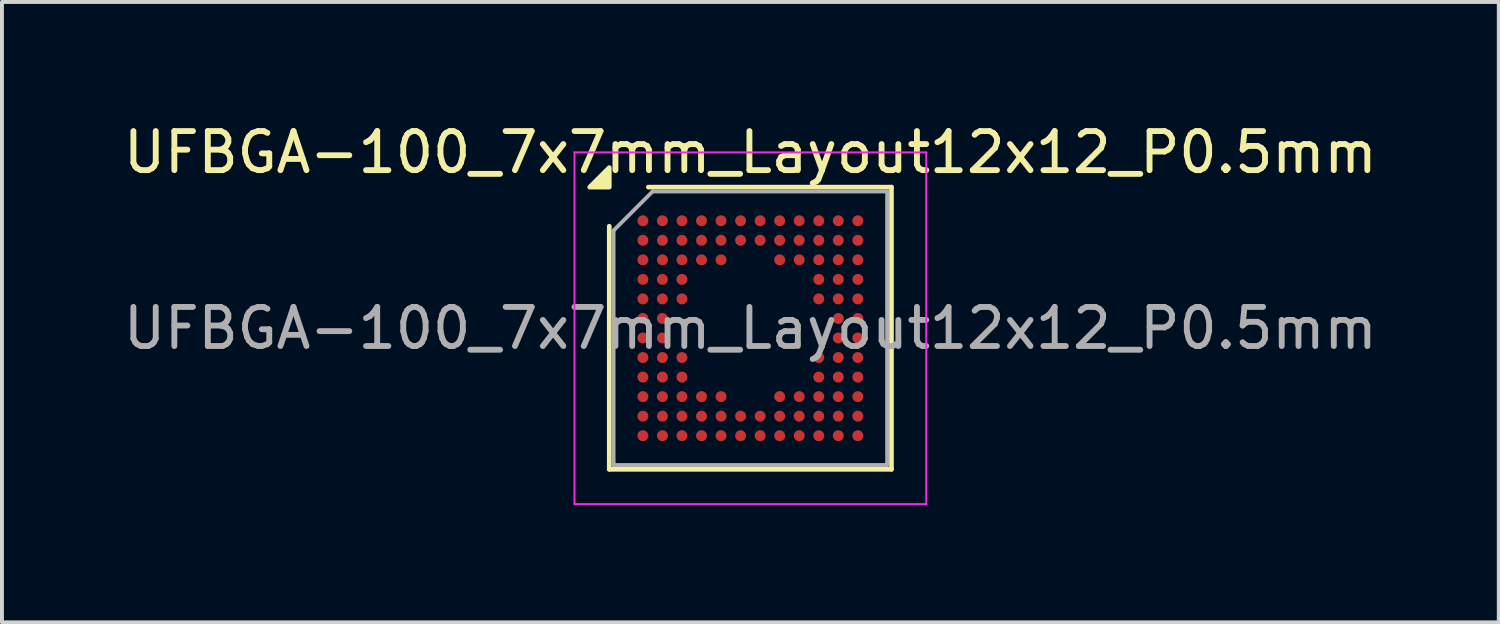
<source format=kicad_pcb>
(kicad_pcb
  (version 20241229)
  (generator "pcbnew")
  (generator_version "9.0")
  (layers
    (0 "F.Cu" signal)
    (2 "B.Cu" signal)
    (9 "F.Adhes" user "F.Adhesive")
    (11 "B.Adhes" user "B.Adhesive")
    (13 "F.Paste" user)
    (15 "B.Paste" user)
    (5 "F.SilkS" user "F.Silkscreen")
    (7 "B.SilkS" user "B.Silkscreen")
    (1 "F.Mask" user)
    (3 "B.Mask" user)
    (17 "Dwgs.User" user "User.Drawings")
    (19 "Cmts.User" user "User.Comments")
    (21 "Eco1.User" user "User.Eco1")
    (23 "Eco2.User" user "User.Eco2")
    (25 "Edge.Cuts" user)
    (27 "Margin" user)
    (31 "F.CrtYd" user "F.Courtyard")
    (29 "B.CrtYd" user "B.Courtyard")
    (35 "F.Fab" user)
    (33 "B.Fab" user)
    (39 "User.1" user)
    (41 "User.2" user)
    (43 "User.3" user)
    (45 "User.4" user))
  (footprint "UFBGA-100_7x7mm_Layout12x12_P0.5mm"
    (layer "F.Cu")
    (at 16.149 5.348)
    (property "Reference" "UFBGA-100_7x7mm_Layout12x12_P0.5mm" (at 0 -4.5 0) (layer "F.SilkS") (effects (font (size 1 1) (thickness 0.15))))
    (attr smd)
    (fp_line (start -3.61 3.61) (end -3.61 -2.61) (stroke (width 0.12) (type solid)) (layer "F.SilkS"))
    (fp_line (start -2.61 -3.61) (end 3.61 -3.61) (stroke (width 0.12) (type solid)) (layer "F.SilkS"))
    (fp_line (start 3.61 -3.61) (end 3.61 3.61) (stroke (width 0.12) (type solid)) (layer "F.SilkS"))
    (fp_line (start 3.61 3.61) (end -3.61 3.61) (stroke (width 0.12) (type solid)) (layer "F.SilkS"))
    (fp_poly (pts (xy -3.61 -3.61) (xy -4.11 -3.61) (xy -3.61 -4.11)) (stroke (width 0.12) (type solid)) (fill yes) (layer "F.SilkS"))
    (fp_line (start -4.5 -4.5) (end -4.5 4.5) (stroke (width 0.05) (type solid)) (layer "F.CrtYd"))
    (fp_line (start -4.5 4.5) (end 4.5 4.5) (stroke (width 0.05) (type solid)) (layer "F.CrtYd"))
    (fp_line (start 4.5 -4.5) (end -4.5 -4.5) (stroke (width 0.05) (type solid)) (layer "F.CrtYd"))
    (fp_line (start 4.5 4.5) (end 4.5 -4.5) (stroke (width 0.05) (type solid)) (layer "F.CrtYd"))
    (fp_line (start -3.5 -2.5) (end -2.5 -3.5) (stroke (width 0.1) (type solid)) (layer "F.Fab"))
    (fp_line (start -3.5 3.5) (end -3.5 -2.5) (stroke (width 0.1) (type solid)) (layer "F.Fab"))
    (fp_line (start -2.5 -3.5) (end 3.5 -3.5) (stroke (width 0.1) (type solid)) (layer "F.Fab"))
    (fp_line (start 3.5 -3.5) (end 3.5 3.5) (stroke (width 0.1) (type solid)) (layer "F.Fab"))
    (fp_line (start 3.5 3.5) (end -3.5 3.5) (stroke (width 0.1) (type solid)) (layer "F.Fab"))
    (fp_text user "${REFERENCE}" (at 0 0 0) (layer "F.Fab") (effects (font (size 1 1) (thickness 0.15))))
    (pad "A1" smd circle (at -2.75 -2.75) (size 0.28 0.28) (property pad_prop_bga) (layers "F.Cu" "F.Mask" "F.Paste"))
    (pad "A2" smd circle (at -2.25 -2.75) (size 0.28 0.28) (property pad_prop_bga) (layers "F.Cu" "F.Mask" "F.Paste"))
    (pad "A3" smd circle (at -1.75 -2.75) (size 0.28 0.28) (property pad_prop_bga) (layers "F.Cu" "F.Mask" "F.Paste"))
    (pad "A4" smd circle (at -1.25 -2.75) (size 0.28 0.28) (property pad_prop_bga) (layers "F.Cu" "F.Mask" "F.Paste"))
    (pad "A5" smd circle (at -0.75 -2.75) (size 0.28 0.28) (property pad_prop_bga) (layers "F.Cu" "F.Mask" "F.Paste"))
    (pad "A6" smd circle (at -0.25 -2.75) (size 0.28 0.28) (property pad_prop_bga) (layers "F.Cu" "F.Mask" "F.Paste"))
    (pad "A7" smd circle (at 0.25 -2.75) (size 0.28 0.28) (property pad_prop_bga) (layers "F.Cu" "F.Mask" "F.Paste"))
    (pad "A8" smd circle (at 0.75 -2.75) (size 0.28 0.28) (property pad_prop_bga) (layers "F.Cu" "F.Mask" "F.Paste"))
    (pad "A9" smd circle (at 1.25 -2.75) (size 0.28 0.28) (property pad_prop_bga) (layers "F.Cu" "F.Mask" "F.Paste"))
    (pad "A10" smd circle (at 1.75 -2.75) (size 0.28 0.28) (property pad_prop_bga) (layers "F.Cu" "F.Mask" "F.Paste"))
    (pad "A11" smd circle (at 2.25 -2.75) (size 0.28 0.28) (property pad_prop_bga) (layers "F.Cu" "F.Mask" "F.Paste"))
    (pad "A12" smd circle (at 2.75 -2.75) (size 0.28 0.28) (property pad_prop_bga) (layers "F.Cu" "F.Mask" "F.Paste"))
    (pad "B1" smd circle (at -2.75 -2.25) (size 0.28 0.28) (property pad_prop_bga) (layers "F.Cu" "F.Mask" "F.Paste"))
    (pad "B2" smd circle (at -2.25 -2.25) (size 0.28 0.28) (property pad_prop_bga) (layers "F.Cu" "F.Mask" "F.Paste"))
    (pad "B3" smd circle (at -1.75 -2.25) (size 0.28 0.28) (property pad_prop_bga) (layers "F.Cu" "F.Mask" "F.Paste"))
    (pad "B4" smd circle (at -1.25 -2.25) (size 0.28 0.28) (property pad_prop_bga) (layers "F.Cu" "F.Mask" "F.Paste"))
    (pad "B5" smd circle (at -0.75 -2.25) (size 0.28 0.28) (property pad_prop_bga) (layers "F.Cu" "F.Mask" "F.Paste"))
    (pad "B6" smd circle (at -0.25 -2.25) (size 0.28 0.28) (property pad_prop_bga) (layers "F.Cu" "F.Mask" "F.Paste"))
    (pad "B7" smd circle (at 0.25 -2.25) (size 0.28 0.28) (property pad_prop_bga) (layers "F.Cu" "F.Mask" "F.Paste"))
    (pad "B8" smd circle (at 0.75 -2.25) (size 0.28 0.28) (property pad_prop_bga) (layers "F.Cu" "F.Mask" "F.Paste"))
    (pad "B9" smd circle (at 1.25 -2.25) (size 0.28 0.28) (property pad_prop_bga) (layers "F.Cu" "F.Mask" "F.Paste"))
    (pad "B10" smd circle (at 1.75 -2.25) (size 0.28 0.28) (property pad_prop_bga) (layers "F.Cu" "F.Mask" "F.Paste"))
    (pad "B11" smd circle (at 2.25 -2.25) (size 0.28 0.28) (property pad_prop_bga) (layers "F.Cu" "F.Mask" "F.Paste"))
    (pad "B12" smd circle (at 2.75 -2.25) (size 0.28 0.28) (property pad_prop_bga) (layers "F.Cu" "F.Mask" "F.Paste"))
    (pad "C1" smd circle (at -2.75 -1.75) (size 0.28 0.28) (property pad_prop_bga) (layers "F.Cu" "F.Mask" "F.Paste"))
    (pad "C2" smd circle (at -2.25 -1.75) (size 0.28 0.28) (property pad_prop_bga) (layers "F.Cu" "F.Mask" "F.Paste"))
    (pad "C3" smd circle (at -1.75 -1.75) (size 0.28 0.28) (property pad_prop_bga) (layers "F.Cu" "F.Mask" "F.Paste"))
    (pad "C4" smd circle (at -1.25 -1.75) (size 0.28 0.28) (property pad_prop_bga) (layers "F.Cu" "F.Mask" "F.Paste"))
    (pad "C5" smd circle (at -0.75 -1.75) (size 0.28 0.28) (property pad_prop_bga) (layers "F.Cu" "F.Mask" "F.Paste"))
    (pad "C8" smd circle (at 0.75 -1.75) (size 0.28 0.28) (property pad_prop_bga) (layers "F.Cu" "F.Mask" "F.Paste"))
    (pad "C9" smd circle (at 1.25 -1.75) (size 0.28 0.28) (property pad_prop_bga) (layers "F.Cu" "F.Mask" "F.Paste"))
    (pad "C10" smd circle (at 1.75 -1.75) (size 0.28 0.28) (property pad_prop_bga) (layers "F.Cu" "F.Mask" "F.Paste"))
    (pad "C11" smd circle (at 2.25 -1.75) (size 0.28 0.28) (property pad_prop_bga) (layers "F.Cu" "F.Mask" "F.Paste"))
    (pad "C12" smd circle (at 2.75 -1.75) (size 0.28 0.28) (property pad_prop_bga) (layers "F.Cu" "F.Mask" "F.Paste"))
    (pad "D1" smd circle (at -2.75 -1.25) (size 0.28 0.28) (property pad_prop_bga) (layers "F.Cu" "F.Mask" "F.Paste"))
    (pad "D2" smd circle (at -2.25 -1.25) (size 0.28 0.28) (property pad_prop_bga) (layers "F.Cu" "F.Mask" "F.Paste"))
    (pad "D3" smd circle (at -1.75 -1.25) (size 0.28 0.28) (property pad_prop_bga) (layers "F.Cu" "F.Mask" "F.Paste"))
    (pad "D10" smd circle (at 1.75 -1.25) (size 0.28 0.28) (property pad_prop_bga) (layers "F.Cu" "F.Mask" "F.Paste"))
    (pad "D11" smd circle (at 2.25 -1.25) (size 0.28 0.28) (property pad_prop_bga) (layers "F.Cu" "F.Mask" "F.Paste"))
    (pad "D12" smd circle (at 2.75 -1.25) (size 0.28 0.28) (property pad_prop_bga) (layers "F.Cu" "F.Mask" "F.Paste"))
    (pad "E1" smd circle (at -2.75 -0.75) (size 0.28 0.28) (property pad_prop_bga) (layers "F.Cu" "F.Mask" "F.Paste"))
    (pad "E2" smd circle (at -2.25 -0.75) (size 0.28 0.28) (property pad_prop_bga) (layers "F.Cu" "F.Mask" "F.Paste"))
    (pad "E3" smd circle (at -1.75 -0.75) (size 0.28 0.28) (property pad_prop_bga) (layers "F.Cu" "F.Mask" "F.Paste"))
    (pad "E10" smd circle (at 1.75 -0.75) (size 0.28 0.28) (property pad_prop_bga) (layers "F.Cu" "F.Mask" "F.Paste"))
    (pad "E11" smd circle (at 2.25 -0.75) (size 0.28 0.28) (property pad_prop_bga) (layers "F.Cu" "F.Mask" "F.Paste"))
    (pad "E12" smd circle (at 2.75 -0.75) (size 0.28 0.28) (property pad_prop_bga) (layers "F.Cu" "F.Mask" "F.Paste"))
    (pad "F1" smd circle (at -2.75 -0.25) (size 0.28 0.28) (property pad_prop_bga) (layers "F.Cu" "F.Mask" "F.Paste"))
    (pad "F2" smd circle (at -2.25 -0.25) (size 0.28 0.28) (property pad_prop_bga) (layers "F.Cu" "F.Mask" "F.Paste"))
    (pad "F11" smd circle (at 2.25 -0.25) (size 0.28 0.28) (property pad_prop_bga) (layers "F.Cu" "F.Mask" "F.Paste"))
    (pad "F12" smd circle (at 2.75 -0.25) (size 0.28 0.28) (property pad_prop_bga) (layers "F.Cu" "F.Mask" "F.Paste"))
    (pad "G1" smd circle (at -2.75 0.25) (size 0.28 0.28) (property pad_prop_bga) (layers "F.Cu" "F.Mask" "F.Paste"))
    (pad "G2" smd circle (at -2.25 0.25) (size 0.28 0.28) (property pad_prop_bga) (layers "F.Cu" "F.Mask" "F.Paste"))
    (pad "G11" smd circle (at 2.25 0.25) (size 0.28 0.28) (property pad_prop_bga) (layers "F.Cu" "F.Mask" "F.Paste"))
    (pad "G12" smd circle (at 2.75 0.25) (size 0.28 0.28) (property pad_prop_bga) (layers "F.Cu" "F.Mask" "F.Paste"))
    (pad "H1" smd circle (at -2.75 0.75) (size 0.28 0.28) (property pad_prop_bga) (layers "F.Cu" "F.Mask" "F.Paste"))
    (pad "H2" smd circle (at -2.25 0.75) (size 0.28 0.28) (property pad_prop_bga) (layers "F.Cu" "F.Mask" "F.Paste"))
    (pad "H3" smd circle (at -1.75 0.75) (size 0.28 0.28) (property pad_prop_bga) (layers "F.Cu" "F.Mask" "F.Paste"))
    (pad "H10" smd circle (at 1.75 0.75) (size 0.28 0.28) (property pad_prop_bga) (layers "F.Cu" "F.Mask" "F.Paste"))
    (pad "H11" smd circle (at 2.25 0.75) (size 0.28 0.28) (property pad_prop_bga) (layers "F.Cu" "F.Mask" "F.Paste"))
    (pad "H12" smd circle (at 2.75 0.75) (size 0.28 0.28) (property pad_prop_bga) (layers "F.Cu" "F.Mask" "F.Paste"))
    (pad "J1" smd circle (at -2.75 1.25) (size 0.28 0.28) (property pad_prop_bga) (layers "F.Cu" "F.Mask" "F.Paste"))
    (pad "J2" smd circle (at -2.25 1.25) (size 0.28 0.28) (property pad_prop_bga) (layers "F.Cu" "F.Mask" "F.Paste"))
    (pad "J3" smd circle (at -1.75 1.25) (size 0.28 0.28) (property pad_prop_bga) (layers "F.Cu" "F.Mask" "F.Paste"))
    (pad "J10" smd circle (at 1.75 1.25) (size 0.28 0.28) (property pad_prop_bga) (layers "F.Cu" "F.Mask" "F.Paste"))
    (pad "J11" smd circle (at 2.25 1.25) (size 0.28 0.28) (property pad_prop_bga) (layers "F.Cu" "F.Mask" "F.Paste"))
    (pad "J12" smd circle (at 2.75 1.25) (size 0.28 0.28) (property pad_prop_bga) (layers "F.Cu" "F.Mask" "F.Paste"))
    (pad "K1" smd circle (at -2.75 1.75) (size 0.28 0.28) (property pad_prop_bga) (layers "F.Cu" "F.Mask" "F.Paste"))
    (pad "K2" smd circle (at -2.25 1.75) (size 0.28 0.28) (property pad_prop_bga) (layers "F.Cu" "F.Mask" "F.Paste"))
    (pad "K3" smd circle (at -1.75 1.75) (size 0.28 0.28) (property pad_prop_bga) (layers "F.Cu" "F.Mask" "F.Paste"))
    (pad "K4" smd circle (at -1.25 1.75) (size 0.28 0.28) (property pad_prop_bga) (layers "F.Cu" "F.Mask" "F.Paste"))
    (pad "K5" smd circle (at -0.75 1.75) (size 0.28 0.28) (property pad_prop_bga) (layers "F.Cu" "F.Mask" "F.Paste"))
    (pad "K8" smd circle (at 0.75 1.75) (size 0.28 0.28) (property pad_prop_bga) (layers "F.Cu" "F.Mask" "F.Paste"))
    (pad "K9" smd circle (at 1.25 1.75) (size 0.28 0.28) (property pad_prop_bga) (layers "F.Cu" "F.Mask" "F.Paste"))
    (pad "K10" smd circle (at 1.75 1.75) (size 0.28 0.28) (property pad_prop_bga) (layers "F.Cu" "F.Mask" "F.Paste"))
    (pad "K11" smd circle (at 2.25 1.75) (size 0.28 0.28) (property pad_prop_bga) (layers "F.Cu" "F.Mask" "F.Paste"))
    (pad "K12" smd circle (at 2.75 1.75) (size 0.28 0.28) (property pad_prop_bga) (layers "F.Cu" "F.Mask" "F.Paste"))
    (pad "L1" smd circle (at -2.75 2.25) (size 0.28 0.28) (property pad_prop_bga) (layers "F.Cu" "F.Mask" "F.Paste"))
    (pad "L2" smd circle (at -2.25 2.25) (size 0.28 0.28) (property pad_prop_bga) (layers "F.Cu" "F.Mask" "F.Paste"))
    (pad "L3" smd circle (at -1.75 2.25) (size 0.28 0.28) (property pad_prop_bga) (layers "F.Cu" "F.Mask" "F.Paste"))
    (pad "L4" smd circle (at -1.25 2.25) (size 0.28 0.28) (property pad_prop_bga) (layers "F.Cu" "F.Mask" "F.Paste"))
    (pad "L5" smd circle (at -0.75 2.25) (size 0.28 0.28) (property pad_prop_bga) (layers "F.Cu" "F.Mask" "F.Paste"))
    (pad "L6" smd circle (at -0.25 2.25) (size 0.28 0.28) (property pad_prop_bga) (layers "F.Cu" "F.Mask" "F.Paste"))
    (pad "L7" smd circle (at 0.25 2.25) (size 0.28 0.28) (property pad_prop_bga) (layers "F.Cu" "F.Mask" "F.Paste"))
    (pad "L8" smd circle (at 0.75 2.25) (size 0.28 0.28) (property pad_prop_bga) (layers "F.Cu" "F.Mask" "F.Paste"))
    (pad "L9" smd circle (at 1.25 2.25) (size 0.28 0.28) (property pad_prop_bga) (layers "F.Cu" "F.Mask" "F.Paste"))
    (pad "L10" smd circle (at 1.75 2.25) (size 0.28 0.28) (property pad_prop_bga) (layers "F.Cu" "F.Mask" "F.Paste"))
    (pad "L11" smd circle (at 2.25 2.25) (size 0.28 0.28) (property pad_prop_bga) (layers "F.Cu" "F.Mask" "F.Paste"))
    (pad "L12" smd circle (at 2.75 2.25) (size 0.28 0.28) (property pad_prop_bga) (layers "F.Cu" "F.Mask" "F.Paste"))
    (pad "M1" smd circle (at -2.75 2.75) (size 0.28 0.28) (property pad_prop_bga) (layers "F.Cu" "F.Mask" "F.Paste"))
    (pad "M2" smd circle (at -2.25 2.75) (size 0.28 0.28) (property pad_prop_bga) (layers "F.Cu" "F.Mask" "F.Paste"))
    (pad "M3" smd circle (at -1.75 2.75) (size 0.28 0.28) (property pad_prop_bga) (layers "F.Cu" "F.Mask" "F.Paste"))
    (pad "M4" smd circle (at -1.25 2.75) (size 0.28 0.28) (property pad_prop_bga) (layers "F.Cu" "F.Mask" "F.Paste"))
    (pad "M5" smd circle (at -0.75 2.75) (size 0.28 0.28) (property pad_prop_bga) (layers "F.Cu" "F.Mask" "F.Paste"))
    (pad "M6" smd circle (at -0.25 2.75) (size 0.28 0.28) (property pad_prop_bga) (layers "F.Cu" "F.Mask" "F.Paste"))
    (pad "M7" smd circle (at 0.25 2.75) (size 0.28 0.28) (property pad_prop_bga) (layers "F.Cu" "F.Mask" "F.Paste"))
    (pad "M8" smd circle (at 0.75 2.75) (size 0.28 0.28) (property pad_prop_bga) (layers "F.Cu" "F.Mask" "F.Paste"))
    (pad "M9" smd circle (at 1.25 2.75) (size 0.28 0.28) (property pad_prop_bga) (layers "F.Cu" "F.Mask" "F.Paste"))
    (pad "M10" smd circle (at 1.75 2.75) (size 0.28 0.28) (property pad_prop_bga) (layers "F.Cu" "F.Mask" "F.Paste"))
    (pad "M11" smd circle (at 2.25 2.75) (size 0.28 0.28) (property pad_prop_bga) (layers "F.Cu" "F.Mask" "F.Paste"))
    (pad "M12" smd circle (at 2.75 2.75) (size 0.28 0.28) (property pad_prop_bga) (layers "F.Cu" "F.Mask" "F.Paste")))
  (gr_rect
    (start -3 -3)
    (end 35.298 12.873)
    (stroke (width 0.1) (type default))
    (fill no)
    (layer "Edge.Cuts")))
</source>
